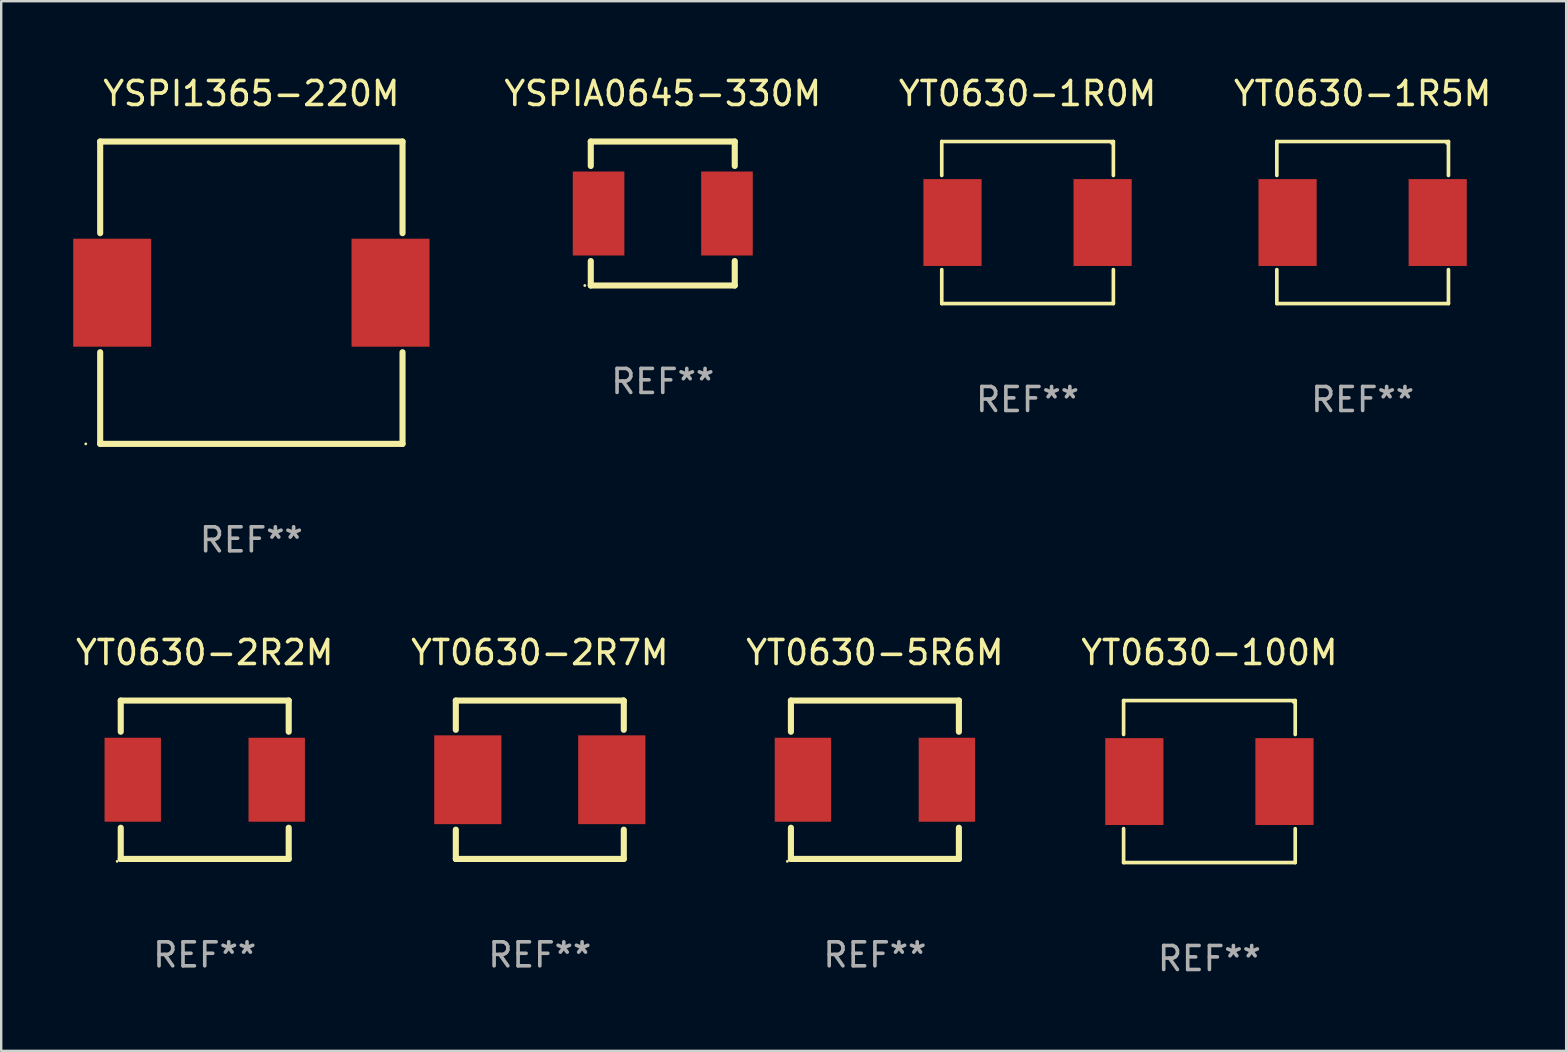
<source format=kicad_pcb>
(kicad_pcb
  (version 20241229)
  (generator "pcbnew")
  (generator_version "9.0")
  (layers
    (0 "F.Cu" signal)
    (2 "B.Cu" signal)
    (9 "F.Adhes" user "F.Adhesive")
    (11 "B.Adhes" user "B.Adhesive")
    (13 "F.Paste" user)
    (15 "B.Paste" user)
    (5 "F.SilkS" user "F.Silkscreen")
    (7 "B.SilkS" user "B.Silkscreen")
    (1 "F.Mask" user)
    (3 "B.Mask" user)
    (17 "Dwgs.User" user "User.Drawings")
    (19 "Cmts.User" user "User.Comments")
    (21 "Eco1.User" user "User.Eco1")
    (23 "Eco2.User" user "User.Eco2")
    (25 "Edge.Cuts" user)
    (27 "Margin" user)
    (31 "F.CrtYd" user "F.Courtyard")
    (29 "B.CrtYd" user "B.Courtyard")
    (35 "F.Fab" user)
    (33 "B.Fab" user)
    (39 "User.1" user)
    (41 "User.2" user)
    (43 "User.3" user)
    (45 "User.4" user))
  (footprint "YSPI1365-220M"
    (layer "F.Cu")
    (at 7.425 9.148)
    (property "Reference" "YSPI1365-220M" (at 0 -8.3 0) (layer "F.SilkS") (effects (font (size 1 1) (thickness 0.15))))
    (attr through_hole)
    (fp_line (start -6.3 -6.3) (end -6.3 -2.481) (stroke (width 0.254) (type solid)) (layer "F.SilkS"))
    (fp_line (start -6.3 2.481) (end -6.3 6.3) (stroke (width 0.254) (type solid)) (layer "F.SilkS"))
    (fp_line (start -6.3 6.3) (end 6.3 6.3) (stroke (width 0.254) (type solid)) (layer "F.SilkS"))
    (fp_line (start 6.3 -6.3) (end -6.3 -6.3) (stroke (width 0.254) (type solid)) (layer "F.SilkS"))
    (fp_line (start 6.3 -2.481) (end 6.3 -6.3) (stroke (width 0.254) (type solid)) (layer "F.SilkS"))
    (fp_line (start 6.3 6.3) (end 6.3 2.481) (stroke (width 0.254) (type solid)) (layer "F.SilkS"))
    (fp_circle (center -6.9 6.3) (end -6.87 6.3) (stroke (width 0.06) (type solid)) (fill no) (layer "F.SilkS"))
    (fp_text user "REF**" (at 0 10.3 0) (layer "F.Fab") (effects (font (size 1 1) (thickness 0.15))))
    (pad "1" smd rect (at -5.8 0 90) (size 4.5 3.25) (layers "F.Cu" "F.Mask" "F.Paste"))
    (pad "2" smd rect (at 5.8 0 90) (size 4.5 3.25) (layers "F.Cu" "F.Mask" "F.Paste")))
  (footprint "YSPIA0645-330M"
    (layer "F.Cu")
    (at 24.57 5.848)
    (property "Reference" "YSPIA0645-330M" (at 0 -5 0) (layer "F.SilkS") (effects (font (size 1 1) (thickness 0.15))))
    (attr through_hole)
    (fp_line (start -3 -3) (end 3 -3) (stroke (width 0.254) (type solid)) (layer "F.SilkS"))
    (fp_line (start -3 -1.981) (end -3 -3) (stroke (width 0.254) (type solid)) (layer "F.SilkS"))
    (fp_line (start -3 3) (end -3 1.981) (stroke (width 0.254) (type solid)) (layer "F.SilkS"))
    (fp_line (start 3 -3) (end 3 -1.981) (stroke (width 0.254) (type solid)) (layer "F.SilkS"))
    (fp_line (start 3 1.981) (end 3 3) (stroke (width 0.254) (type solid)) (layer "F.SilkS"))
    (fp_line (start 3 3) (end -3 3) (stroke (width 0.254) (type solid)) (layer "F.SilkS"))
    (fp_circle (center -3.25 3) (end -3.22 3) (stroke (width 0.06) (type solid)) (fill no) (layer "F.SilkS"))
    (fp_text user "REF**" (at 0 7 0) (layer "F.Fab") (effects (font (size 1 1) (thickness 0.15))))
    (pad "1" smd rect (at -2.675 0) (size 2.15 3.5) (layers "F.Cu" "F.Mask" "F.Paste"))
    (pad "2" smd rect (at 2.675 0) (size 2.15 3.5) (layers "F.Cu" "F.Mask" "F.Paste")))
  (footprint "YT0630-1R0M"
    (layer "F.Cu")
    (at 39.773 6.224)
    (property "Reference" "YT0630-1R0M" (at 0 -5.376 0) (layer "F.SilkS") (effects (font (size 1 1) (thickness 0.15))))
    (attr through_hole)
    (fp_line (start -3.576 -3.376) (end 3.576 -3.376) (stroke (width 0.152) (type solid)) (layer "F.SilkS"))
    (fp_line (start -3.576 -1.962) (end -3.576 -3.376) (stroke (width 0.152) (type solid)) (layer "F.SilkS"))
    (fp_line (start -3.576 1.962) (end -3.576 3.376) (stroke (width 0.152) (type solid)) (layer "F.SilkS"))
    (fp_line (start -3.576 3.376) (end 3.576 3.376) (stroke (width 0.152) (type solid)) (layer "F.SilkS"))
    (fp_line (start 3.576 -3.376) (end 3.576 -1.962) (stroke (width 0.152) (type solid)) (layer "F.SilkS"))
    (fp_line (start 3.576 3.376) (end 3.576 1.962) (stroke (width 0.152) (type solid)) (layer "F.SilkS"))
    (fp_circle (center 3.5 -3.3) (end 3.53 -3.3) (stroke (width 0.06) (type solid)) (fill no) (layer "F.SilkS"))
    (fp_text user "REF**" (at 0 7.376 0) (layer "F.Fab") (effects (font (size 1 1) (thickness 0.15))))
    (pad "1" smd rect (at 3.128 0) (size 2.424 3.62) (layers "F.Cu" "F.Mask" "F.Paste"))
    (pad "2" smd rect (at -3.128 0) (size 2.424 3.62) (layers "F.Cu" "F.Mask" "F.Paste")))
  (footprint "YT0630-1R5M"
    (layer "F.Cu")
    (at 53.737 6.224)
    (property "Reference" "YT0630-1R5M" (at 0 -5.376 0) (layer "F.SilkS") (effects (font (size 1 1) (thickness 0.15))))
    (attr through_hole)
    (fp_line (start -3.576 -3.376) (end 3.576 -3.376) (stroke (width 0.152) (type solid)) (layer "F.SilkS"))
    (fp_line (start -3.576 -1.962) (end -3.576 -3.376) (stroke (width 0.152) (type solid)) (layer "F.SilkS"))
    (fp_line (start -3.576 1.962) (end -3.576 3.376) (stroke (width 0.152) (type solid)) (layer "F.SilkS"))
    (fp_line (start -3.576 3.376) (end 3.576 3.376) (stroke (width 0.152) (type solid)) (layer "F.SilkS"))
    (fp_line (start 3.576 -3.376) (end 3.576 -1.962) (stroke (width 0.152) (type solid)) (layer "F.SilkS"))
    (fp_line (start 3.576 3.376) (end 3.576 1.962) (stroke (width 0.152) (type solid)) (layer "F.SilkS"))
    (fp_circle (center 3.5 -3.3) (end 3.53 -3.3) (stroke (width 0.06) (type solid)) (fill no) (layer "F.SilkS"))
    (fp_text user "REF**" (at 0 7.376 0) (layer "F.Fab") (effects (font (size 1 1) (thickness 0.15))))
    (pad "1" smd rect (at 3.128 0) (size 2.424 3.62) (layers "F.Cu" "F.Mask" "F.Paste"))
    (pad "2" smd rect (at -3.128 0) (size 2.424 3.62) (layers "F.Cu" "F.Mask" "F.Paste")))
  (footprint "YT0630-2R7M"
    (layer "F.Cu")
    (at 19.446 29.445)
    (property "Reference" "YT0630-2R7M" (at 0 -5.3 0) (layer "F.SilkS") (effects (font (size 1 1) (thickness 0.15))))
    (attr through_hole)
    (fp_line (start -3.5 -3.3) (end 3.48 -3.3) (stroke (width 0.254) (type solid)) (layer "F.SilkS"))
    (fp_line (start -3.5 -2.081) (end -3.5 -3.3) (stroke (width 0.254) (type solid)) (layer "F.SilkS"))
    (fp_line (start -3.5 3.3) (end -3.5 2.081) (stroke (width 0.254) (type solid)) (layer "F.SilkS"))
    (fp_line (start -3.49 3.3) (end -3.5 3.3) (stroke (width 0.254) (type solid)) (layer "F.SilkS"))
    (fp_line (start 3.48 -3.3) (end 3.5 -3.28) (stroke (width 0.254) (type solid)) (layer "F.SilkS"))
    (fp_line (start 3.5 -3.3) (end 3.5 -2.081) (stroke (width 0.254) (type solid)) (layer "F.SilkS"))
    (fp_line (start 3.5 2.081) (end 3.5 3.3) (stroke (width 0.254) (type solid)) (layer "F.SilkS"))
    (fp_line (start 3.5 3.3) (end -3.49 3.3) (stroke (width 0.254) (type solid)) (layer "F.SilkS"))
    (fp_circle (center -3.5 3.3) (end -3.47 3.3) (stroke (width 0.06) (type solid)) (fill no) (layer "F.SilkS"))
    (fp_text user "REF**" (at 0 7.3 0) (layer "F.Fab") (effects (font (size 1 1) (thickness 0.15))))
    (pad "1" smd rect (at -3 0) (size 2.8 3.7) (layers "F.Cu" "F.Mask" "F.Paste"))
    (pad "2" smd rect (at 3 0) (size 2.8 3.7) (layers "F.Cu" "F.Mask" "F.Paste")))
  (footprint "YT0630-5R6M"
    (layer "F.Cu")
    (at 33.411 29.445)
    (property "Reference" "YT0630-5R6M" (at 0 -5.3 0) (layer "F.SilkS") (effects (font (size 1 1) (thickness 0.15))))
    (attr through_hole)
    (fp_line (start -3.5 3.3) (end 3.5 3.3) (stroke (width 0.254) (type solid)) (layer "F.SilkS"))
    (fp_line (start -3.5 -3.3) (end -3.5 -2) (stroke (width 0.254) (type solid)) (layer "F.SilkS"))
    (fp_line (start -3.5 -3.3) (end 3.5 -3.3) (stroke (width 0.254) (type solid)) (layer "F.SilkS"))
    (fp_line (start -3.5 2) (end -3.5 3.3) (stroke (width 0.254) (type solid)) (layer "F.SilkS"))
    (fp_line (start 3.5 -3.3) (end 3.5 -2) (stroke (width 0.254) (type solid)) (layer "F.SilkS"))
    (fp_line (start 3.5 2) (end 3.5 3.3) (stroke (width 0.254) (type solid)) (layer "F.SilkS"))
    (fp_circle (center -3.65 3.4) (end -3.62 3.4) (stroke (width 0.06) (type solid)) (fill no) (layer "F.SilkS"))
    (fp_text user "REF**" (at 0 7.3 0) (layer "F.Fab") (effects (font (size 1 1) (thickness 0.15))))
    (pad "1" smd rect (at -3 0) (size 2.35 3.5) (layers "F.Cu" "F.Mask" "F.Paste"))
    (pad "2" smd rect (at 3 0) (size 2.35 3.5) (layers "F.Cu" "F.Mask" "F.Paste")))
  (footprint "YT0630-2R2M"
    (layer "F.Cu")
    (at 5.482 29.445)
    (property "Reference" "YT0630-2R2M" (at 0 -5.3 0) (layer "F.SilkS") (effects (font (size 1 1) (thickness 0.15))))
    (attr through_hole)
    (fp_line (start -3.5 3.3) (end 3.5 3.3) (stroke (width 0.254) (type solid)) (layer "F.SilkS"))
    (fp_line (start -3.5 -3.3) (end -3.5 -2) (stroke (width 0.254) (type solid)) (layer "F.SilkS"))
    (fp_line (start -3.5 -3.3) (end 3.5 -3.3) (stroke (width 0.254) (type solid)) (layer "F.SilkS"))
    (fp_line (start -3.5 2) (end -3.5 3.3) (stroke (width 0.254) (type solid)) (layer "F.SilkS"))
    (fp_line (start 3.5 -3.3) (end 3.5 -2) (stroke (width 0.254) (type solid)) (layer "F.SilkS"))
    (fp_line (start 3.5 2) (end 3.5 3.3) (stroke (width 0.254) (type solid)) (layer "F.SilkS"))
    (fp_circle (center -3.65 3.4) (end -3.62 3.4) (stroke (width 0.06) (type solid)) (fill no) (layer "F.SilkS"))
    (fp_text user "REF**" (at 0 7.3 0) (layer "F.Fab") (effects (font (size 1 1) (thickness 0.15))))
    (pad "1" smd rect (at -3 0) (size 2.35 3.5) (layers "F.Cu" "F.Mask" "F.Paste"))
    (pad "2" smd rect (at 3 0) (size 2.35 3.5) (layers "F.Cu" "F.Mask" "F.Paste")))
  (footprint "YT0630-100M"
    (layer "F.Cu")
    (at 47.351 29.521)
    (property "Reference" "YT0630-100M" (at 0 -5.376 0) (layer "F.SilkS") (effects (font (size 1 1) (thickness 0.15))))
    (attr through_hole)
    (fp_line (start -3.576 -3.376) (end 3.576 -3.376) (stroke (width 0.152) (type solid)) (layer "F.SilkS"))
    (fp_line (start -3.576 -1.962) (end -3.576 -3.376) (stroke (width 0.152) (type solid)) (layer "F.SilkS"))
    (fp_line (start -3.576 1.962) (end -3.576 3.376) (stroke (width 0.152) (type solid)) (layer "F.SilkS"))
    (fp_line (start -3.576 3.376) (end 3.576 3.376) (stroke (width 0.152) (type solid)) (layer "F.SilkS"))
    (fp_line (start 3.576 -3.376) (end 3.576 -1.962) (stroke (width 0.152) (type solid)) (layer "F.SilkS"))
    (fp_line (start 3.576 3.376) (end 3.576 1.962) (stroke (width 0.152) (type solid)) (layer "F.SilkS"))
    (fp_circle (center 3.5 -3.3) (end 3.53 -3.3) (stroke (width 0.06) (type solid)) (fill no) (layer "F.SilkS"))
    (fp_text user "REF**" (at 0 7.376 0) (layer "F.Fab") (effects (font (size 1 1) (thickness 0.15))))
    (pad "1" smd rect (at 3.128 0) (size 2.424 3.62) (layers "F.Cu" "F.Mask" "F.Paste"))
    (pad "2" smd rect (at -3.128 0) (size 2.424 3.62) (layers "F.Cu" "F.Mask" "F.Paste")))
  (gr_rect
    (start -3 -3)
    (end 62.219 40.745)
    (stroke (width 0.1) (type default))
    (fill no)
    (layer "Edge.Cuts")))
</source>
